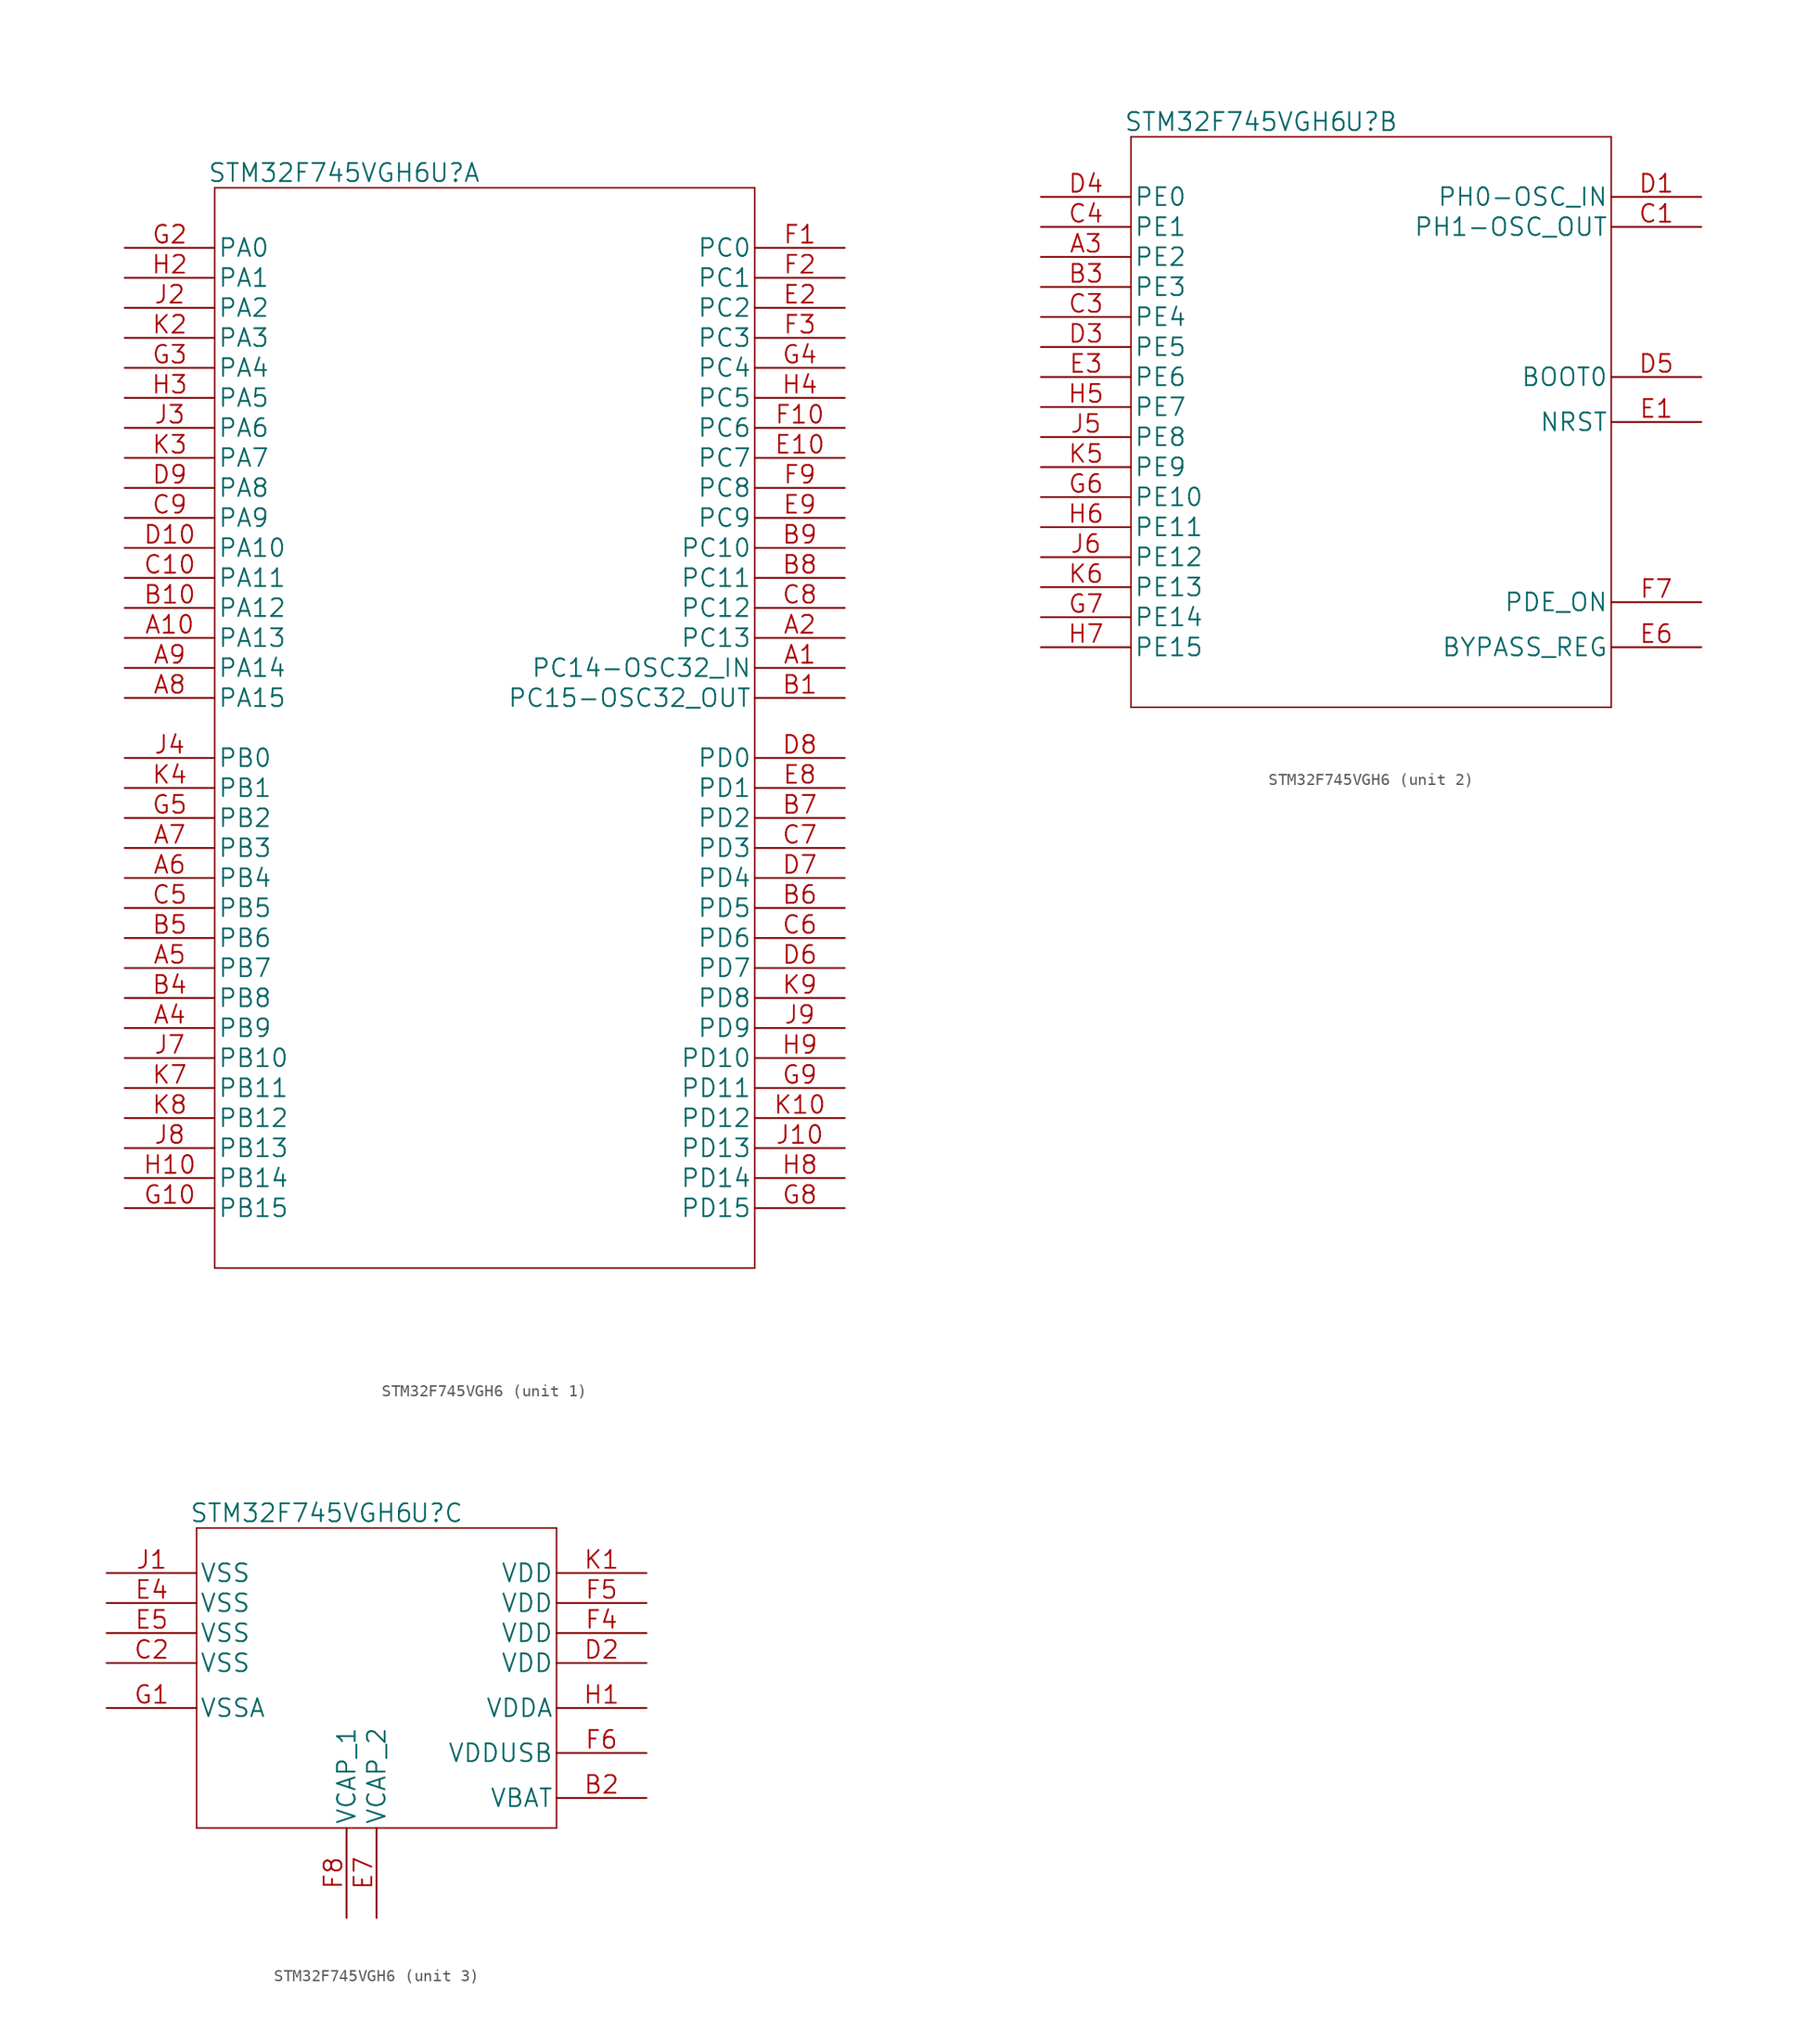
<source format=kicad_sym>
(kicad_symbol_lib
  (version 20220914)
  (generator kicad_symbol_editor)
  (symbol "STM32F745VGH6"
    (pin_names
      (offset 0.254))
    (property "Reference" "U"
      (at 27.94 6.35 0)
      (effects (font (size 1.524 1.524))))
    (property "Value" "STM32F745VGH6"
      (at 16.51 6.35 0)
      (effects (font (size 1.524 1.524))))
    (property "Datasheet" ""
      (at 0 1.27 0)
      (effects (font (size 1.524 1.524))))
    (symbol "STM32F745VGH6_1_1"
      (polyline (pts (xy 7.62 -86.36) (xy 53.34 -86.36)) (stroke (width 0.127) (type default)) (fill (type none)))
      (polyline (pts (xy 7.62 5.08) (xy 7.62 -86.36)) (stroke (width 0.127) (type default)) (fill (type none)))
      (polyline (pts (xy 53.34 -86.36) (xy 53.34 5.08)) (stroke (width 0.127) (type default)) (fill (type none)))
      (polyline (pts (xy 53.34 5.08) (xy 7.62 5.08)) (stroke (width 0.127) (type default)) (fill (type none)))
      (pin bidirectional line (at 60.96 -35.56 180) (length 7.62) (name "PC14-OSC32_IN" (effects (font (size 1.499 1.499)))) (number "A1" (effects (font (size 1.499 1.499)))))
      (pin bidirectional line (at 0 -33.02 0) (length 7.62) (name "PA13" (effects (font (size 1.499 1.499)))) (number "A10" (effects (font (size 1.499 1.499)))))
      (pin bidirectional line (at 60.96 -33.02 180) (length 7.62) (name "PC13" (effects (font (size 1.499 1.499)))) (number "A2" (effects (font (size 1.499 1.499)))))
      (pin bidirectional line (at 0 -66.04 0) (length 7.62) (name "PB9" (effects (font (size 1.499 1.499)))) (number "A4" (effects (font (size 1.499 1.499)))))
      (pin bidirectional line (at 0 -60.96 0) (length 7.62) (name "PB7" (effects (font (size 1.499 1.499)))) (number "A5" (effects (font (size 1.499 1.499)))))
      (pin bidirectional line (at 0 -53.34 0) (length 7.62) (name "PB4" (effects (font (size 1.499 1.499)))) (number "A6" (effects (font (size 1.499 1.499)))))
      (pin bidirectional line (at 0 -50.8 0) (length 7.62) (name "PB3" (effects (font (size 1.499 1.499)))) (number "A7" (effects (font (size 1.499 1.499)))))
      (pin bidirectional line (at 0 -38.1 0) (length 7.62) (name "PA15" (effects (font (size 1.499 1.499)))) (number "A8" (effects (font (size 1.499 1.499)))))
      (pin bidirectional line (at 0 -35.56 0) (length 7.62) (name "PA14" (effects (font (size 1.499 1.499)))) (number "A9" (effects (font (size 1.499 1.499)))))
      (pin bidirectional line (at 60.96 -38.1 180) (length 7.62) (name "PC15-OSC32_OUT" (effects (font (size 1.499 1.499)))) (number "B1" (effects (font (size 1.499 1.499)))))
      (pin bidirectional line (at 0 -30.48 0) (length 7.62) (name "PA12" (effects (font (size 1.499 1.499)))) (number "B10" (effects (font (size 1.499 1.499)))))
      (pin bidirectional line (at 0 -63.5 0) (length 7.62) (name "PB8" (effects (font (size 1.499 1.499)))) (number "B4" (effects (font (size 1.499 1.499)))))
      (pin bidirectional line (at 0 -58.42 0) (length 7.62) (name "PB6" (effects (font (size 1.499 1.499)))) (number "B5" (effects (font (size 1.499 1.499)))))
      (pin bidirectional line (at 60.96 -55.88 180) (length 7.62) (name "PD5" (effects (font (size 1.499 1.499)))) (number "B6" (effects (font (size 1.499 1.499)))))
      (pin bidirectional line (at 60.96 -48.26 180) (length 7.62) (name "PD2" (effects (font (size 1.499 1.499)))) (number "B7" (effects (font (size 1.499 1.499)))))
      (pin bidirectional line (at 60.96 -27.94 180) (length 7.62) (name "PC11" (effects (font (size 1.499 1.499)))) (number "B8" (effects (font (size 1.499 1.499)))))
      (pin bidirectional line (at 60.96 -25.4 180) (length 7.62) (name "PC10" (effects (font (size 1.499 1.499)))) (number "B9" (effects (font (size 1.499 1.499)))))
      (pin bidirectional line (at 0 -27.94 0) (length 7.62) (name "PA11" (effects (font (size 1.499 1.499)))) (number "C10" (effects (font (size 1.499 1.499)))))
      (pin bidirectional line (at 0 -55.88 0) (length 7.62) (name "PB5" (effects (font (size 1.499 1.499)))) (number "C5" (effects (font (size 1.499 1.499)))))
      (pin bidirectional line (at 60.96 -58.42 180) (length 7.62) (name "PD6" (effects (font (size 1.499 1.499)))) (number "C6" (effects (font (size 1.499 1.499)))))
      (pin bidirectional line (at 60.96 -50.8 180) (length 7.62) (name "PD3" (effects (font (size 1.499 1.499)))) (number "C7" (effects (font (size 1.499 1.499)))))
      (pin bidirectional line (at 60.96 -30.48 180) (length 7.62) (name "PC12" (effects (font (size 1.499 1.499)))) (number "C8" (effects (font (size 1.499 1.499)))))
      (pin bidirectional line (at 0 -22.86 0) (length 7.62) (name "PA9" (effects (font (size 1.499 1.499)))) (number "C9" (effects (font (size 1.499 1.499)))))
      (pin bidirectional line (at 0 -25.4 0) (length 7.62) (name "PA10" (effects (font (size 1.499 1.499)))) (number "D10" (effects (font (size 1.499 1.499)))))
      (pin bidirectional line (at 60.96 -60.96 180) (length 7.62) (name "PD7" (effects (font (size 1.499 1.499)))) (number "D6" (effects (font (size 1.499 1.499)))))
      (pin bidirectional line (at 60.96 -53.34 180) (length 7.62) (name "PD4" (effects (font (size 1.499 1.499)))) (number "D7" (effects (font (size 1.499 1.499)))))
      (pin bidirectional line (at 60.96 -43.18 180) (length 7.62) (name "PD0" (effects (font (size 1.499 1.499)))) (number "D8" (effects (font (size 1.499 1.499)))))
      (pin bidirectional line (at 0 -20.32 0) (length 7.62) (name "PA8" (effects (font (size 1.499 1.499)))) (number "D9" (effects (font (size 1.499 1.499)))))
      (pin bidirectional line (at 60.96 -17.78 180) (length 7.62) (name "PC7" (effects (font (size 1.499 1.499)))) (number "E10" (effects (font (size 1.499 1.499)))))
      (pin bidirectional line (at 60.96 -5.08 180) (length 7.62) (name "PC2" (effects (font (size 1.499 1.499)))) (number "E2" (effects (font (size 1.499 1.499)))))
      (pin bidirectional line (at 60.96 -45.72 180) (length 7.62) (name "PD1" (effects (font (size 1.499 1.499)))) (number "E8" (effects (font (size 1.499 1.499)))))
      (pin bidirectional line (at 60.96 -22.86 180) (length 7.62) (name "PC9" (effects (font (size 1.499 1.499)))) (number "E9" (effects (font (size 1.499 1.499)))))
      (pin bidirectional line (at 60.96 0 180) (length 7.62) (name "PC0" (effects (font (size 1.499 1.499)))) (number "F1" (effects (font (size 1.499 1.499)))))
      (pin bidirectional line (at 60.96 -15.24 180) (length 7.62) (name "PC6" (effects (font (size 1.499 1.499)))) (number "F10" (effects (font (size 1.499 1.499)))))
      (pin bidirectional line (at 60.96 -2.54 180) (length 7.62) (name "PC1" (effects (font (size 1.499 1.499)))) (number "F2" (effects (font (size 1.499 1.499)))))
      (pin bidirectional line (at 60.96 -7.62 180) (length 7.62) (name "PC3" (effects (font (size 1.499 1.499)))) (number "F3" (effects (font (size 1.499 1.499)))))
      (pin bidirectional line (at 60.96 -20.32 180) (length 7.62) (name "PC8" (effects (font (size 1.499 1.499)))) (number "F9" (effects (font (size 1.499 1.499)))))
      (pin bidirectional line (at 0 -81.28 0) (length 7.62) (name "PB15" (effects (font (size 1.499 1.499)))) (number "G10" (effects (font (size 1.499 1.499)))))
      (pin bidirectional line (at 0 0 0) (length 7.62) (name "PA0" (effects (font (size 1.499 1.499)))) (number "G2" (effects (font (size 1.499 1.499)))))
      (pin bidirectional line (at 0 -10.16 0) (length 7.62) (name "PA4" (effects (font (size 1.499 1.499)))) (number "G3" (effects (font (size 1.499 1.499)))))
      (pin bidirectional line (at 60.96 -10.16 180) (length 7.62) (name "PC4" (effects (font (size 1.499 1.499)))) (number "G4" (effects (font (size 1.499 1.499)))))
      (pin bidirectional line (at 0 -48.26 0) (length 7.62) (name "PB2" (effects (font (size 1.499 1.499)))) (number "G5" (effects (font (size 1.499 1.499)))))
      (pin bidirectional line (at 60.96 -81.28 180) (length 7.62) (name "PD15" (effects (font (size 1.499 1.499)))) (number "G8" (effects (font (size 1.499 1.499)))))
      (pin bidirectional line (at 60.96 -71.12 180) (length 7.62) (name "PD11" (effects (font (size 1.499 1.499)))) (number "G9" (effects (font (size 1.499 1.499)))))
      (pin bidirectional line (at 0 -78.74 0) (length 7.62) (name "PB14" (effects (font (size 1.499 1.499)))) (number "H10" (effects (font (size 1.499 1.499)))))
      (pin bidirectional line (at 0 -2.54 0) (length 7.62) (name "PA1" (effects (font (size 1.499 1.499)))) (number "H2" (effects (font (size 1.499 1.499)))))
      (pin bidirectional line (at 0 -12.7 0) (length 7.62) (name "PA5" (effects (font (size 1.499 1.499)))) (number "H3" (effects (font (size 1.499 1.499)))))
      (pin bidirectional line (at 60.96 -12.7 180) (length 7.62) (name "PC5" (effects (font (size 1.499 1.499)))) (number "H4" (effects (font (size 1.499 1.499)))))
      (pin bidirectional line (at 60.96 -78.74 180) (length 7.62) (name "PD14" (effects (font (size 1.499 1.499)))) (number "H8" (effects (font (size 1.499 1.499)))))
      (pin bidirectional line (at 60.96 -68.58 180) (length 7.62) (name "PD10" (effects (font (size 1.499 1.499)))) (number "H9" (effects (font (size 1.499 1.499)))))
      (pin bidirectional line (at 60.96 -76.2 180) (length 7.62) (name "PD13" (effects (font (size 1.499 1.499)))) (number "J10" (effects (font (size 1.499 1.499)))))
      (pin bidirectional line (at 0 -5.08 0) (length 7.62) (name "PA2" (effects (font (size 1.499 1.499)))) (number "J2" (effects (font (size 1.499 1.499)))))
      (pin bidirectional line (at 0 -15.24 0) (length 7.62) (name "PA6" (effects (font (size 1.499 1.499)))) (number "J3" (effects (font (size 1.499 1.499)))))
      (pin bidirectional line (at 0 -43.18 0) (length 7.62) (name "PB0" (effects (font (size 1.499 1.499)))) (number "J4" (effects (font (size 1.499 1.499)))))
      (pin bidirectional line (at 0 -68.58 0) (length 7.62) (name "PB10" (effects (font (size 1.499 1.499)))) (number "J7" (effects (font (size 1.499 1.499)))))
      (pin bidirectional line (at 0 -76.2 0) (length 7.62) (name "PB13" (effects (font (size 1.499 1.499)))) (number "J8" (effects (font (size 1.499 1.499)))))
      (pin bidirectional line (at 60.96 -66.04 180) (length 7.62) (name "PD9" (effects (font (size 1.499 1.499)))) (number "J9" (effects (font (size 1.499 1.499)))))
      (pin bidirectional line (at 60.96 -73.66 180) (length 7.62) (name "PD12" (effects (font (size 1.499 1.499)))) (number "K10" (effects (font (size 1.499 1.499)))))
      (pin bidirectional line (at 0 -7.62 0) (length 7.62) (name "PA3" (effects (font (size 1.499 1.499)))) (number "K2" (effects (font (size 1.499 1.499)))))
      (pin bidirectional line (at 0 -17.78 0) (length 7.62) (name "PA7" (effects (font (size 1.499 1.499)))) (number "K3" (effects (font (size 1.499 1.499)))))
      (pin bidirectional line (at 0 -45.72 0) (length 7.62) (name "PB1" (effects (font (size 1.499 1.499)))) (number "K4" (effects (font (size 1.499 1.499)))))
      (pin bidirectional line (at 0 -71.12 0) (length 7.62) (name "PB11" (effects (font (size 1.499 1.499)))) (number "K7" (effects (font (size 1.499 1.499)))))
      (pin bidirectional line (at 0 -73.66 0) (length 7.62) (name "PB12" (effects (font (size 1.499 1.499)))) (number "K8" (effects (font (size 1.499 1.499)))))
      (pin bidirectional line (at 60.96 -63.5 180) (length 7.62) (name "PD8" (effects (font (size 1.499 1.499)))) (number "K9" (effects (font (size 1.499 1.499))))))
    (symbol "STM32F745VGH6_2_1"
      (polyline (pts (xy 7.62 -43.18) (xy 48.26 -43.18)) (stroke (width 0.127) (type default)) (fill (type none)))
      (polyline (pts (xy 7.62 5.08) (xy 7.62 -43.18)) (stroke (width 0.127) (type default)) (fill (type none)))
      (polyline (pts (xy 48.26 -43.18) (xy 48.26 5.08)) (stroke (width 0.127) (type default)) (fill (type none)))
      (polyline (pts (xy 48.26 5.08) (xy 7.62 5.08)) (stroke (width 0.127) (type default)) (fill (type none)))
      (pin bidirectional line (at 0 -5.08 0) (length 7.62) (name "PE2" (effects (font (size 1.499 1.499)))) (number "A3" (effects (font (size 1.499 1.499)))))
      (pin bidirectional line (at 0 -7.62 0) (length 7.62) (name "PE3" (effects (font (size 1.499 1.499)))) (number "B3" (effects (font (size 1.499 1.499)))))
      (pin bidirectional line (at 55.88 -2.54 180) (length 7.62) (name "PH1-OSC_OUT" (effects (font (size 1.499 1.499)))) (number "C1" (effects (font (size 1.499 1.499)))))
      (pin bidirectional line (at 0 -10.16 0) (length 7.62) (name "PE4" (effects (font (size 1.499 1.499)))) (number "C3" (effects (font (size 1.499 1.499)))))
      (pin bidirectional line (at 0 -2.54 0) (length 7.62) (name "PE1" (effects (font (size 1.499 1.499)))) (number "C4" (effects (font (size 1.499 1.499)))))
      (pin bidirectional line (at 55.88 0 180) (length 7.62) (name "PH0-OSC_IN" (effects (font (size 1.499 1.499)))) (number "D1" (effects (font (size 1.499 1.499)))))
      (pin bidirectional line (at 0 -12.7 0) (length 7.62) (name "PE5" (effects (font (size 1.499 1.499)))) (number "D3" (effects (font (size 1.499 1.499)))))
      (pin bidirectional line (at 0 0 0) (length 7.62) (name "PE0" (effects (font (size 1.499 1.499)))) (number "D4" (effects (font (size 1.499 1.499)))))
      (pin bidirectional line (at 55.88 -15.24 180) (length 7.62) (name "BOOT0" (effects (font (size 1.499 1.499)))) (number "D5" (effects (font (size 1.499 1.499)))))
      (pin bidirectional line (at 55.88 -19.05 180) (length 7.62) (name "NRST" (effects (font (size 1.499 1.499)))) (number "E1" (effects (font (size 1.499 1.499)))))
      (pin bidirectional line (at 0 -15.24 0) (length 7.62) (name "PE6" (effects (font (size 1.499 1.499)))) (number "E3" (effects (font (size 1.499 1.499)))))
      (pin power_in line (at 55.88 -38.1 180) (length 7.62) (name "BYPASS_REG" (effects (font (size 1.499 1.499)))) (number "E6" (effects (font (size 1.499 1.499)))))
      (pin input line (at 55.88 -34.29 180) (length 7.62) (name "PDE_ON" (effects (font (size 1.499 1.499)))) (number "F7" (effects (font (size 1.499 1.499)))))
      (pin bidirectional line (at 0 -25.4 0) (length 7.62) (name "PE10" (effects (font (size 1.499 1.499)))) (number "G6" (effects (font (size 1.499 1.499)))))
      (pin bidirectional line (at 0 -35.56 0) (length 7.62) (name "PE14" (effects (font (size 1.499 1.499)))) (number "G7" (effects (font (size 1.499 1.499)))))
      (pin bidirectional line (at 0 -17.78 0) (length 7.62) (name "PE7" (effects (font (size 1.499 1.499)))) (number "H5" (effects (font (size 1.499 1.499)))))
      (pin bidirectional line (at 0 -27.94 0) (length 7.62) (name "PE11" (effects (font (size 1.499 1.499)))) (number "H6" (effects (font (size 1.499 1.499)))))
      (pin bidirectional line (at 0 -38.1 0) (length 7.62) (name "PE15" (effects (font (size 1.499 1.499)))) (number "H7" (effects (font (size 1.499 1.499)))))
      (pin bidirectional line (at 0 -20.32 0) (length 7.62) (name "PE8" (effects (font (size 1.499 1.499)))) (number "J5" (effects (font (size 1.499 1.499)))))
      (pin bidirectional line (at 0 -30.48 0) (length 7.62) (name "PE12" (effects (font (size 1.499 1.499)))) (number "J6" (effects (font (size 1.499 1.499)))))
      (pin bidirectional line (at 0 -22.86 0) (length 7.62) (name "PE9" (effects (font (size 1.499 1.499)))) (number "K5" (effects (font (size 1.499 1.499)))))
      (pin bidirectional line (at 0 -33.02 0) (length 7.62) (name "PE13" (effects (font (size 1.499 1.499)))) (number "K6" (effects (font (size 1.499 1.499))))))
    (symbol "STM32F745VGH6_3_1"
      (polyline (pts (xy 7.62 -20.32) (xy 38.1 -20.32)) (stroke (width 0.127) (type default)) (fill (type none)))
      (polyline (pts (xy 7.62 5.08) (xy 7.62 -20.32)) (stroke (width 0.127) (type default)) (fill (type none)))
      (polyline (pts (xy 38.1 -20.32) (xy 38.1 5.08)) (stroke (width 0.127) (type default)) (fill (type none)))
      (polyline (pts (xy 38.1 5.08) (xy 7.62 5.08)) (stroke (width 0.127) (type default)) (fill (type none)))
      (pin power_in line (at 45.72 -17.78 180) (length 7.62) (name "VBAT" (effects (font (size 1.499 1.499)))) (number "B2" (effects (font (size 1.499 1.499)))))
      (pin power_in line (at 0 -6.35 0) (length 7.62) (name "VSS" (effects (font (size 1.499 1.499)))) (number "C2" (effects (font (size 1.499 1.499)))))
      (pin power_in line (at 45.72 -6.35 180) (length 7.62) (name "VDD" (effects (font (size 1.499 1.499)))) (number "D2" (effects (font (size 1.499 1.499)))))
      (pin power_in line (at 0 -1.27 0) (length 7.62) (name "VSS" (effects (font (size 1.499 1.499)))) (number "E4" (effects (font (size 1.499 1.499)))))
      (pin power_in line (at 0 -3.81 0) (length 7.62) (name "VSS" (effects (font (size 1.499 1.499)))) (number "E5" (effects (font (size 1.499 1.499)))))
      (pin power_in line (at 22.86 -27.94 90) (length 7.62) (name "VCAP_2" (effects (font (size 1.499 1.499)))) (number "E7" (effects (font (size 1.499 1.499)))))
      (pin power_in line (at 45.72 -3.81 180) (length 7.62) (name "VDD" (effects (font (size 1.499 1.499)))) (number "F4" (effects (font (size 1.499 1.499)))))
      (pin power_in line (at 45.72 -1.27 180) (length 7.62) (name "VDD" (effects (font (size 1.499 1.499)))) (number "F5" (effects (font (size 1.499 1.499)))))
      (pin power_in line (at 45.72 -13.97 180) (length 7.62) (name "VDDUSB" (effects (font (size 1.499 1.499)))) (number "F6" (effects (font (size 1.499 1.499)))))
      (pin power_in line (at 20.32 -27.94 90) (length 7.62) (name "VCAP_1" (effects (font (size 1.499 1.499)))) (number "F8" (effects (font (size 1.499 1.499)))))
      (pin power_in line (at 0 -10.16 0) (length 7.62) (name "VSSA" (effects (font (size 1.499 1.499)))) (number "G1" (effects (font (size 1.499 1.499)))))
      (pin power_in line (at 45.72 -10.16 180) (length 7.62) (name "VDDA" (effects (font (size 1.499 1.499)))) (number "H1" (effects (font (size 1.499 1.499)))))
      (pin power_in line (at 0 1.27 0) (length 7.62) (name "VSS" (effects (font (size 1.499 1.499)))) (number "J1" (effects (font (size 1.499 1.499)))))
      (pin power_in line (at 45.72 1.27 180) (length 7.62) (name "VDD" (effects (font (size 1.499 1.499)))) (number "K1" (effects (font (size 1.499 1.499))))))))
</source>
